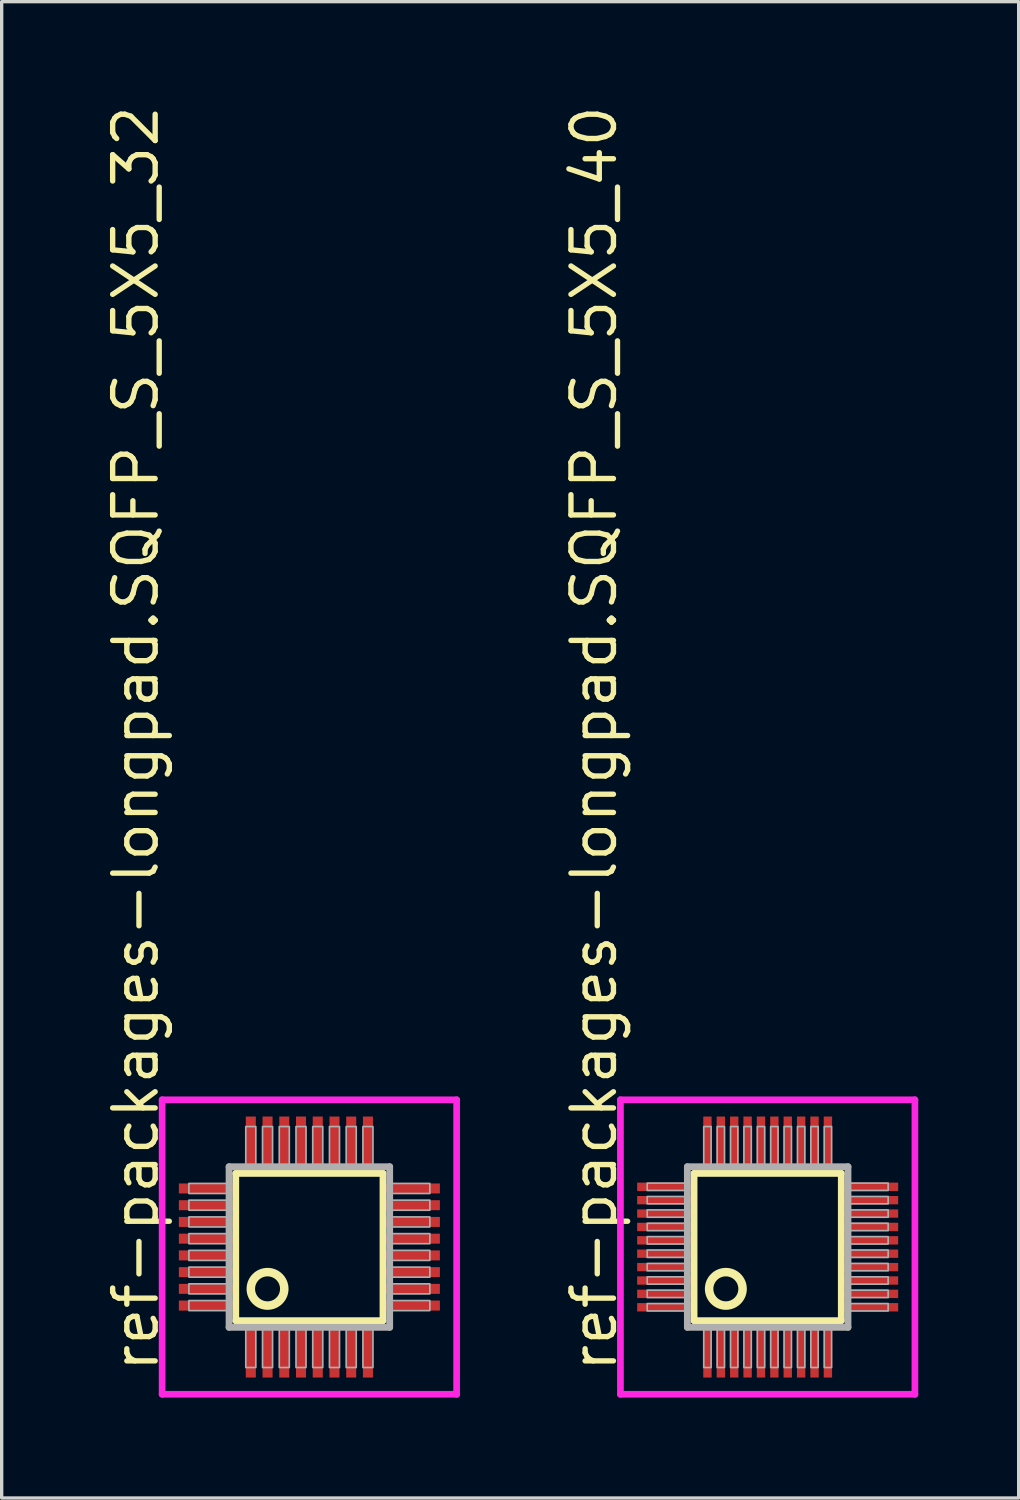
<source format=kicad_pcb>
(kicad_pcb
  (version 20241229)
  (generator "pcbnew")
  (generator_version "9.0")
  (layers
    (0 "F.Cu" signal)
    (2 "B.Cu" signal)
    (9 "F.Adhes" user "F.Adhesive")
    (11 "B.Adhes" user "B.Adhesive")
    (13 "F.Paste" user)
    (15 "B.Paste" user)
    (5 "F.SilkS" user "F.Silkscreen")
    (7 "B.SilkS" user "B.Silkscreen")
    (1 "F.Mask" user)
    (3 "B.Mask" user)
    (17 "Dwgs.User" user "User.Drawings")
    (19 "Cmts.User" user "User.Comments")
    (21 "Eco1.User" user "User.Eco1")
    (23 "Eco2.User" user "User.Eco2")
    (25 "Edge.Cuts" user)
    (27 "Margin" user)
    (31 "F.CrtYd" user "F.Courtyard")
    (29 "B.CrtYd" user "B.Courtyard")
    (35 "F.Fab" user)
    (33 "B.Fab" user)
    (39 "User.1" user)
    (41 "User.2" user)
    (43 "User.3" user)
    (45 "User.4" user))
  (footprint "ref-packages-longpad.SQFP_S_5X5_32"
    (layer "F.Cu")
    (at 6.195 34.214)
    (property "Reference" "ref-packages-longpad.SQFP_S_5X5_32" (at -4.445 3.81 90) (layer "F.SilkS") (effects (font (size 1.27 1.27) (thickness 0.16)) (justify left bottom)))
    (attr smd)
    (fp_line (start -2.2 -2.2) (end 2.2 -2.2) (stroke (width 0.203) (type default)) (layer "F.SilkS"))
    (fp_line (start -2.2 2.2) (end -2.2 -2.2) (stroke (width 0.203) (type default)) (layer "F.SilkS"))
    (fp_line (start 2.2 -2.2) (end 2.2 2.2) (stroke (width 0.203) (type default)) (layer "F.SilkS"))
    (fp_line (start 2.2 2.2) (end -2.2 2.2) (stroke (width 0.203) (type default)) (layer "F.SilkS"))
    (fp_circle (center -1.25 1.25) (end -0.75 1.25) (stroke (width 0.254) (type default)) (fill no) (layer "F.SilkS"))
    (fp_line (start -4.4 -4.4) (end 4.4 -4.4) (stroke (width 0.2) (type default)) (layer "F.CrtYd"))
    (fp_line (start -4.4 4.4) (end -4.4 -4.4) (stroke (width 0.2) (type default)) (layer "F.CrtYd"))
    (fp_line (start 4.4 -4.4) (end 4.4 4.4) (stroke (width 0.2) (type default)) (layer "F.CrtYd"))
    (fp_line (start 4.4 4.4) (end -4.4 4.4) (stroke (width 0.2) (type default)) (layer "F.CrtYd"))
    (fp_line (start -2.4 -2.4) (end -2.4 2.4) (stroke (width 0.203) (type default)) (layer "F.Fab"))
    (fp_line (start -2.4 2.4) (end 2.4 2.4) (stroke (width 0.203) (type default)) (layer "F.Fab"))
    (fp_line (start 2.4 -2.4) (end -2.4 -2.4) (stroke (width 0.203) (type default)) (layer "F.Fab"))
    (fp_line (start 2.4 2.4) (end 2.4 -2.4) (stroke (width 0.203) (type default)) (layer "F.Fab"))
    (fp_rect (start -3.6 -1.6) (end -2.45 -1.9) (stroke (width 0.05) (type default)) (fill no) (layer "F.Fab"))
    (fp_rect (start -3.6 -1.1) (end -2.45 -1.4) (stroke (width 0.05) (type default)) (fill no) (layer "F.Fab"))
    (fp_rect (start -3.6 -0.6) (end -2.45 -0.9) (stroke (width 0.05) (type default)) (fill no) (layer "F.Fab"))
    (fp_rect (start -3.6 -0.1) (end -2.45 -0.4) (stroke (width 0.05) (type default)) (fill no) (layer "F.Fab"))
    (fp_rect (start -3.6 0.4) (end -2.45 0.1) (stroke (width 0.05) (type default)) (fill no) (layer "F.Fab"))
    (fp_rect (start -3.6 0.9) (end -2.45 0.6) (stroke (width 0.05) (type default)) (fill no) (layer "F.Fab"))
    (fp_rect (start -3.6 1.4) (end -2.45 1.1) (stroke (width 0.05) (type default)) (fill no) (layer "F.Fab"))
    (fp_rect (start -3.6 1.9) (end -2.45 1.6) (stroke (width 0.05) (type default)) (fill no) (layer "F.Fab"))
    (fp_rect (start -1.9 -2.45) (end -1.6 -3.6) (stroke (width 0.05) (type default)) (fill no) (layer "F.Fab"))
    (fp_rect (start -1.9 3.6) (end -1.6 2.45) (stroke (width 0.05) (type default)) (fill no) (layer "F.Fab"))
    (fp_rect (start -1.4 -2.45) (end -1.1 -3.6) (stroke (width 0.05) (type default)) (fill no) (layer "F.Fab"))
    (fp_rect (start -1.4 3.6) (end -1.1 2.45) (stroke (width 0.05) (type default)) (fill no) (layer "F.Fab"))
    (fp_rect (start -0.9 -2.45) (end -0.6 -3.6) (stroke (width 0.05) (type default)) (fill no) (layer "F.Fab"))
    (fp_rect (start -0.9 3.6) (end -0.6 2.45) (stroke (width 0.05) (type default)) (fill no) (layer "F.Fab"))
    (fp_rect (start -0.4 -2.45) (end -0.1 -3.6) (stroke (width 0.05) (type default)) (fill no) (layer "F.Fab"))
    (fp_rect (start -0.4 3.6) (end -0.1 2.45) (stroke (width 0.05) (type default)) (fill no) (layer "F.Fab"))
    (fp_rect (start 0.1 -2.45) (end 0.4 -3.6) (stroke (width 0.05) (type default)) (fill no) (layer "F.Fab"))
    (fp_rect (start 0.1 3.6) (end 0.4 2.45) (stroke (width 0.05) (type default)) (fill no) (layer "F.Fab"))
    (fp_rect (start 0.6 -2.45) (end 0.9 -3.6) (stroke (width 0.05) (type default)) (fill no) (layer "F.Fab"))
    (fp_rect (start 0.6 3.6) (end 0.9 2.45) (stroke (width 0.05) (type default)) (fill no) (layer "F.Fab"))
    (fp_rect (start 1.1 -2.45) (end 1.4 -3.6) (stroke (width 0.05) (type default)) (fill no) (layer "F.Fab"))
    (fp_rect (start 1.1 3.6) (end 1.4 2.45) (stroke (width 0.05) (type default)) (fill no) (layer "F.Fab"))
    (fp_rect (start 1.6 -2.45) (end 1.9 -3.6) (stroke (width 0.05) (type default)) (fill no) (layer "F.Fab"))
    (fp_rect (start 1.6 3.6) (end 1.9 2.45) (stroke (width 0.05) (type default)) (fill no) (layer "F.Fab"))
    (fp_rect (start 2.45 -1.6) (end 3.6 -1.9) (stroke (width 0.05) (type default)) (fill no) (layer "F.Fab"))
    (fp_rect (start 2.45 -1.1) (end 3.6 -1.4) (stroke (width 0.05) (type default)) (fill no) (layer "F.Fab"))
    (fp_rect (start 2.45 -0.6) (end 3.6 -0.9) (stroke (width 0.05) (type default)) (fill no) (layer "F.Fab"))
    (fp_rect (start 2.45 -0.1) (end 3.6 -0.4) (stroke (width 0.05) (type default)) (fill no) (layer "F.Fab"))
    (fp_rect (start 2.45 0.4) (end 3.6 0.1) (stroke (width 0.05) (type default)) (fill no) (layer "F.Fab"))
    (fp_rect (start 2.45 0.9) (end 3.6 0.6) (stroke (width 0.05) (type default)) (fill no) (layer "F.Fab"))
    (fp_rect (start 2.45 1.4) (end 3.6 1.1) (stroke (width 0.05) (type default)) (fill no) (layer "F.Fab"))
    (fp_rect (start 2.45 1.9) (end 3.6 1.6) (stroke (width 0.05) (type default)) (fill no) (layer "F.Fab"))
    (pad "1" smd roundrect (at -1.75 3.1) (size 0.3 1.6) (layers "F.Cu" "F.Mask" "F.Paste") (roundrect_rratio 0.01))
    (pad "2" smd roundrect (at -1.25 3.1) (size 0.3 1.6) (layers "F.Cu" "F.Mask" "F.Paste") (roundrect_rratio 0.01))
    (pad "3" smd roundrect (at -0.75 3.1) (size 0.3 1.6) (layers "F.Cu" "F.Mask" "F.Paste") (roundrect_rratio 0.01))
    (pad "4" smd roundrect (at -0.25 3.1) (size 0.3 1.6) (layers "F.Cu" "F.Mask" "F.Paste") (roundrect_rratio 0.01))
    (pad "5" smd roundrect (at 0.25 3.1) (size 0.3 1.6) (layers "F.Cu" "F.Mask" "F.Paste") (roundrect_rratio 0.01))
    (pad "6" smd roundrect (at 0.75 3.1) (size 0.3 1.6) (layers "F.Cu" "F.Mask" "F.Paste") (roundrect_rratio 0.01))
    (pad "7" smd roundrect (at 1.25 3.1) (size 0.3 1.6) (layers "F.Cu" "F.Mask" "F.Paste") (roundrect_rratio 0.01))
    (pad "8" smd roundrect (at 1.75 3.1) (size 0.3 1.6) (layers "F.Cu" "F.Mask" "F.Paste") (roundrect_rratio 0.01))
    (pad "9" smd roundrect (at 3.1 1.75) (size 1.6 0.3) (layers "F.Cu" "F.Mask" "F.Paste") (roundrect_rratio 0.01))
    (pad "10" smd roundrect (at 3.1 1.25) (size 1.6 0.3) (layers "F.Cu" "F.Mask" "F.Paste") (roundrect_rratio 0.01))
    (pad "11" smd roundrect (at 3.1 0.75) (size 1.6 0.3) (layers "F.Cu" "F.Mask" "F.Paste") (roundrect_rratio 0.01))
    (pad "12" smd roundrect (at 3.1 0.25) (size 1.6 0.3) (layers "F.Cu" "F.Mask" "F.Paste") (roundrect_rratio 0.01))
    (pad "13" smd roundrect (at 3.1 -0.25) (size 1.6 0.3) (layers "F.Cu" "F.Mask" "F.Paste") (roundrect_rratio 0.01))
    (pad "14" smd roundrect (at 3.1 -0.75) (size 1.6 0.3) (layers "F.Cu" "F.Mask" "F.Paste") (roundrect_rratio 0.01))
    (pad "15" smd roundrect (at 3.1 -1.25) (size 1.6 0.3) (layers "F.Cu" "F.Mask" "F.Paste") (roundrect_rratio 0.01))
    (pad "16" smd roundrect (at 3.1 -1.75) (size 1.6 0.3) (layers "F.Cu" "F.Mask" "F.Paste") (roundrect_rratio 0.01))
    (pad "17" smd roundrect (at 1.75 -3.1) (size 0.3 1.6) (layers "F.Cu" "F.Mask" "F.Paste") (roundrect_rratio 0.01))
    (pad "18" smd roundrect (at 1.25 -3.1) (size 0.3 1.6) (layers "F.Cu" "F.Mask" "F.Paste") (roundrect_rratio 0.01))
    (pad "19" smd roundrect (at 0.75 -3.1) (size 0.3 1.6) (layers "F.Cu" "F.Mask" "F.Paste") (roundrect_rratio 0.01))
    (pad "20" smd roundrect (at 0.25 -3.1) (size 0.3 1.6) (layers "F.Cu" "F.Mask" "F.Paste") (roundrect_rratio 0.01))
    (pad "21" smd roundrect (at -0.25 -3.1) (size 0.3 1.6) (layers "F.Cu" "F.Mask" "F.Paste") (roundrect_rratio 0.01))
    (pad "22" smd roundrect (at -0.75 -3.1) (size 0.3 1.6) (layers "F.Cu" "F.Mask" "F.Paste") (roundrect_rratio 0.01))
    (pad "23" smd roundrect (at -1.25 -3.1) (size 0.3 1.6) (layers "F.Cu" "F.Mask" "F.Paste") (roundrect_rratio 0.01))
    (pad "24" smd roundrect (at -1.75 -3.1) (size 0.3 1.6) (layers "F.Cu" "F.Mask" "F.Paste") (roundrect_rratio 0.01))
    (pad "25" smd roundrect (at -3.1 -1.75) (size 1.6 0.3) (layers "F.Cu" "F.Mask" "F.Paste") (roundrect_rratio 0.01))
    (pad "26" smd roundrect (at -3.1 -1.25) (size 1.6 0.3) (layers "F.Cu" "F.Mask" "F.Paste") (roundrect_rratio 0.01))
    (pad "27" smd roundrect (at -3.1 -0.75) (size 1.6 0.3) (layers "F.Cu" "F.Mask" "F.Paste") (roundrect_rratio 0.01))
    (pad "28" smd roundrect (at -3.1 -0.25) (size 1.6 0.3) (layers "F.Cu" "F.Mask" "F.Paste") (roundrect_rratio 0.01))
    (pad "29" smd roundrect (at -3.1 0.25) (size 1.6 0.3) (layers "F.Cu" "F.Mask" "F.Paste") (roundrect_rratio 0.01))
    (pad "30" smd roundrect (at -3.1 0.75) (size 1.6 0.3) (layers "F.Cu" "F.Mask" "F.Paste") (roundrect_rratio 0.01))
    (pad "31" smd roundrect (at -3.1 1.25) (size 1.6 0.3) (layers "F.Cu" "F.Mask" "F.Paste") (roundrect_rratio 0.01))
    (pad "32" smd roundrect (at -3.1 1.75) (size 1.6 0.3) (layers "F.Cu" "F.Mask" "F.Paste") (roundrect_rratio 0.01)))
  (footprint "ref-packages-longpad.SQFP_S_5X5_40"
    (layer "F.Cu")
    (at 19.89 34.214)
    (property "Reference" "ref-packages-longpad.SQFP_S_5X5_40" (at -4.445 3.81 90) (layer "F.SilkS") (effects (font (size 1.27 1.27) (thickness 0.16)) (justify left bottom)))
    (attr smd)
    (fp_line (start -2.2 -2.2) (end 2.2 -2.2) (stroke (width 0.203) (type default)) (layer "F.SilkS"))
    (fp_line (start -2.2 2.2) (end -2.2 -2.2) (stroke (width 0.203) (type default)) (layer "F.SilkS"))
    (fp_line (start 2.2 -2.2) (end 2.2 2.2) (stroke (width 0.203) (type default)) (layer "F.SilkS"))
    (fp_line (start 2.2 2.2) (end -2.2 2.2) (stroke (width 0.203) (type default)) (layer "F.SilkS"))
    (fp_circle (center -1.25 1.25) (end -0.75 1.25) (stroke (width 0.254) (type default)) (fill no) (layer "F.SilkS"))
    (fp_line (start -4.4 -4.4) (end 4.4 -4.4) (stroke (width 0.2) (type default)) (layer "F.CrtYd"))
    (fp_line (start -4.4 4.4) (end -4.4 -4.4) (stroke (width 0.2) (type default)) (layer "F.CrtYd"))
    (fp_line (start 4.4 -4.4) (end 4.4 4.4) (stroke (width 0.2) (type default)) (layer "F.CrtYd"))
    (fp_line (start 4.4 4.4) (end -4.4 4.4) (stroke (width 0.2) (type default)) (layer "F.CrtYd"))
    (fp_line (start -2.4 -2.4) (end -2.4 2.4) (stroke (width 0.203) (type default)) (layer "F.Fab"))
    (fp_line (start -2.4 2.4) (end 2.4 2.4) (stroke (width 0.203) (type default)) (layer "F.Fab"))
    (fp_line (start 2.4 -2.4) (end -2.4 -2.4) (stroke (width 0.203) (type default)) (layer "F.Fab"))
    (fp_line (start 2.4 2.4) (end 2.4 -2.4) (stroke (width 0.203) (type default)) (layer "F.Fab"))
    (fp_rect (start -3.6 -1.69) (end -2.45 -1.91) (stroke (width 0.05) (type default)) (fill no) (layer "F.Fab"))
    (fp_rect (start -3.6 -1.29) (end -2.45 -1.51) (stroke (width 0.05) (type default)) (fill no) (layer "F.Fab"))
    (fp_rect (start -3.6 -0.89) (end -2.45 -1.11) (stroke (width 0.05) (type default)) (fill no) (layer "F.Fab"))
    (fp_rect (start -3.6 -0.49) (end -2.45 -0.71) (stroke (width 0.05) (type default)) (fill no) (layer "F.Fab"))
    (fp_rect (start -3.6 -0.09) (end -2.45 -0.31) (stroke (width 0.05) (type default)) (fill no) (layer "F.Fab"))
    (fp_rect (start -3.6 0.31) (end -2.45 0.09) (stroke (width 0.05) (type default)) (fill no) (layer "F.Fab"))
    (fp_rect (start -3.6 0.71) (end -2.45 0.49) (stroke (width 0.05) (type default)) (fill no) (layer "F.Fab"))
    (fp_rect (start -3.6 1.11) (end -2.45 0.89) (stroke (width 0.05) (type default)) (fill no) (layer "F.Fab"))
    (fp_rect (start -3.6 1.51) (end -2.45 1.29) (stroke (width 0.05) (type default)) (fill no) (layer "F.Fab"))
    (fp_rect (start -3.6 1.91) (end -2.45 1.69) (stroke (width 0.05) (type default)) (fill no) (layer "F.Fab"))
    (fp_rect (start -1.91 -2.45) (end -1.69 -3.6) (stroke (width 0.05) (type default)) (fill no) (layer "F.Fab"))
    (fp_rect (start -1.91 3.6) (end -1.69 2.45) (stroke (width 0.05) (type default)) (fill no) (layer "F.Fab"))
    (fp_rect (start -1.51 -2.45) (end -1.29 -3.6) (stroke (width 0.05) (type default)) (fill no) (layer "F.Fab"))
    (fp_rect (start -1.51 3.6) (end -1.29 2.45) (stroke (width 0.05) (type default)) (fill no) (layer "F.Fab"))
    (fp_rect (start -1.11 -2.45) (end -0.89 -3.6) (stroke (width 0.05) (type default)) (fill no) (layer "F.Fab"))
    (fp_rect (start -1.11 3.6) (end -0.89 2.45) (stroke (width 0.05) (type default)) (fill no) (layer "F.Fab"))
    (fp_rect (start -0.71 -2.45) (end -0.49 -3.6) (stroke (width 0.05) (type default)) (fill no) (layer "F.Fab"))
    (fp_rect (start -0.71 3.6) (end -0.49 2.45) (stroke (width 0.05) (type default)) (fill no) (layer "F.Fab"))
    (fp_rect (start -0.31 -2.45) (end -0.09 -3.6) (stroke (width 0.05) (type default)) (fill no) (layer "F.Fab"))
    (fp_rect (start -0.31 3.6) (end -0.09 2.45) (stroke (width 0.05) (type default)) (fill no) (layer "F.Fab"))
    (fp_rect (start 0.09 -2.45) (end 0.31 -3.6) (stroke (width 0.05) (type default)) (fill no) (layer "F.Fab"))
    (fp_rect (start 0.09 3.6) (end 0.31 2.45) (stroke (width 0.05) (type default)) (fill no) (layer "F.Fab"))
    (fp_rect (start 0.49 -2.45) (end 0.71 -3.6) (stroke (width 0.05) (type default)) (fill no) (layer "F.Fab"))
    (fp_rect (start 0.49 3.6) (end 0.71 2.45) (stroke (width 0.05) (type default)) (fill no) (layer "F.Fab"))
    (fp_rect (start 0.89 -2.45) (end 1.11 -3.6) (stroke (width 0.05) (type default)) (fill no) (layer "F.Fab"))
    (fp_rect (start 0.89 3.6) (end 1.11 2.45) (stroke (width 0.05) (type default)) (fill no) (layer "F.Fab"))
    (fp_rect (start 1.29 -2.45) (end 1.51 -3.6) (stroke (width 0.05) (type default)) (fill no) (layer "F.Fab"))
    (fp_rect (start 1.29 3.6) (end 1.51 2.45) (stroke (width 0.05) (type default)) (fill no) (layer "F.Fab"))
    (fp_rect (start 1.69 -2.45) (end 1.91 -3.6) (stroke (width 0.05) (type default)) (fill no) (layer "F.Fab"))
    (fp_rect (start 1.69 3.6) (end 1.91 2.45) (stroke (width 0.05) (type default)) (fill no) (layer "F.Fab"))
    (fp_rect (start 2.45 -1.69) (end 3.6 -1.91) (stroke (width 0.05) (type default)) (fill no) (layer "F.Fab"))
    (fp_rect (start 2.45 -1.29) (end 3.6 -1.51) (stroke (width 0.05) (type default)) (fill no) (layer "F.Fab"))
    (fp_rect (start 2.45 -0.89) (end 3.6 -1.11) (stroke (width 0.05) (type default)) (fill no) (layer "F.Fab"))
    (fp_rect (start 2.45 -0.49) (end 3.6 -0.71) (stroke (width 0.05) (type default)) (fill no) (layer "F.Fab"))
    (fp_rect (start 2.45 -0.09) (end 3.6 -0.31) (stroke (width 0.05) (type default)) (fill no) (layer "F.Fab"))
    (fp_rect (start 2.45 0.31) (end 3.6 0.09) (stroke (width 0.05) (type default)) (fill no) (layer "F.Fab"))
    (fp_rect (start 2.45 0.71) (end 3.6 0.49) (stroke (width 0.05) (type default)) (fill no) (layer "F.Fab"))
    (fp_rect (start 2.45 1.11) (end 3.6 0.89) (stroke (width 0.05) (type default)) (fill no) (layer "F.Fab"))
    (fp_rect (start 2.45 1.51) (end 3.6 1.29) (stroke (width 0.05) (type default)) (fill no) (layer "F.Fab"))
    (fp_rect (start 2.45 1.91) (end 3.6 1.69) (stroke (width 0.05) (type default)) (fill no) (layer "F.Fab"))
    (pad "1" smd roundrect (at -1.8 3.1) (size 0.25 1.6) (layers "F.Cu" "F.Mask" "F.Paste") (roundrect_rratio 0.01))
    (pad "2" smd roundrect (at -1.4 3.1) (size 0.25 1.6) (layers "F.Cu" "F.Mask" "F.Paste") (roundrect_rratio 0.01))
    (pad "3" smd roundrect (at -1 3.1) (size 0.25 1.6) (layers "F.Cu" "F.Mask" "F.Paste") (roundrect_rratio 0.01))
    (pad "4" smd roundrect (at -0.6 3.1) (size 0.25 1.6) (layers "F.Cu" "F.Mask" "F.Paste") (roundrect_rratio 0.01))
    (pad "5" smd roundrect (at -0.2 3.1) (size 0.25 1.6) (layers "F.Cu" "F.Mask" "F.Paste") (roundrect_rratio 0.01))
    (pad "6" smd roundrect (at 0.2 3.1) (size 0.25 1.6) (layers "F.Cu" "F.Mask" "F.Paste") (roundrect_rratio 0.01))
    (pad "7" smd roundrect (at 0.6 3.1) (size 0.25 1.6) (layers "F.Cu" "F.Mask" "F.Paste") (roundrect_rratio 0.01))
    (pad "8" smd roundrect (at 1 3.1) (size 0.25 1.6) (layers "F.Cu" "F.Mask" "F.Paste") (roundrect_rratio 0.01))
    (pad "9" smd roundrect (at 1.4 3.1) (size 0.25 1.6) (layers "F.Cu" "F.Mask" "F.Paste") (roundrect_rratio 0.01))
    (pad "10" smd roundrect (at 1.8 3.1) (size 0.25 1.6) (layers "F.Cu" "F.Mask" "F.Paste") (roundrect_rratio 0.01))
    (pad "11" smd roundrect (at 3.1 1.8) (size 1.6 0.25) (layers "F.Cu" "F.Mask" "F.Paste") (roundrect_rratio 0.01))
    (pad "12" smd roundrect (at 3.1 1.4) (size 1.6 0.25) (layers "F.Cu" "F.Mask" "F.Paste") (roundrect_rratio 0.01))
    (pad "13" smd roundrect (at 3.1 1) (size 1.6 0.25) (layers "F.Cu" "F.Mask" "F.Paste") (roundrect_rratio 0.01))
    (pad "14" smd roundrect (at 3.1 0.6) (size 1.6 0.25) (layers "F.Cu" "F.Mask" "F.Paste") (roundrect_rratio 0.01))
    (pad "15" smd roundrect (at 3.1 0.2) (size 1.6 0.25) (layers "F.Cu" "F.Mask" "F.Paste") (roundrect_rratio 0.01))
    (pad "16" smd roundrect (at 3.1 -0.2) (size 1.6 0.25) (layers "F.Cu" "F.Mask" "F.Paste") (roundrect_rratio 0.01))
    (pad "17" smd roundrect (at 3.1 -0.6) (size 1.6 0.25) (layers "F.Cu" "F.Mask" "F.Paste") (roundrect_rratio 0.01))
    (pad "18" smd roundrect (at 3.1 -1) (size 1.6 0.25) (layers "F.Cu" "F.Mask" "F.Paste") (roundrect_rratio 0.01))
    (pad "19" smd roundrect (at 3.1 -1.4) (size 1.6 0.25) (layers "F.Cu" "F.Mask" "F.Paste") (roundrect_rratio 0.01))
    (pad "20" smd roundrect (at 3.1 -1.8) (size 1.6 0.25) (layers "F.Cu" "F.Mask" "F.Paste") (roundrect_rratio 0.01))
    (pad "21" smd roundrect (at 1.8 -3.1) (size 0.25 1.6) (layers "F.Cu" "F.Mask" "F.Paste") (roundrect_rratio 0.01))
    (pad "22" smd roundrect (at 1.4 -3.1) (size 0.25 1.6) (layers "F.Cu" "F.Mask" "F.Paste") (roundrect_rratio 0.01))
    (pad "23" smd roundrect (at 1 -3.1) (size 0.25 1.6) (layers "F.Cu" "F.Mask" "F.Paste") (roundrect_rratio 0.01))
    (pad "24" smd roundrect (at 0.6 -3.1) (size 0.25 1.6) (layers "F.Cu" "F.Mask" "F.Paste") (roundrect_rratio 0.01))
    (pad "25" smd roundrect (at 0.2 -3.1) (size 0.25 1.6) (layers "F.Cu" "F.Mask" "F.Paste") (roundrect_rratio 0.01))
    (pad "26" smd roundrect (at -0.2 -3.1) (size 0.25 1.6) (layers "F.Cu" "F.Mask" "F.Paste") (roundrect_rratio 0.01))
    (pad "27" smd roundrect (at -0.6 -3.1) (size 0.25 1.6) (layers "F.Cu" "F.Mask" "F.Paste") (roundrect_rratio 0.01))
    (pad "28" smd roundrect (at -1 -3.1) (size 0.25 1.6) (layers "F.Cu" "F.Mask" "F.Paste") (roundrect_rratio 0.01))
    (pad "29" smd roundrect (at -1.4 -3.1) (size 0.25 1.6) (layers "F.Cu" "F.Mask" "F.Paste") (roundrect_rratio 0.01))
    (pad "30" smd roundrect (at -1.8 -3.1) (size 0.25 1.6) (layers "F.Cu" "F.Mask" "F.Paste") (roundrect_rratio 0.01))
    (pad "31" smd roundrect (at -3.1 -1.8) (size 1.6 0.25) (layers "F.Cu" "F.Mask" "F.Paste") (roundrect_rratio 0.01))
    (pad "32" smd roundrect (at -3.1 -1.4) (size 1.6 0.25) (layers "F.Cu" "F.Mask" "F.Paste") (roundrect_rratio 0.01))
    (pad "33" smd roundrect (at -3.1 -1) (size 1.6 0.25) (layers "F.Cu" "F.Mask" "F.Paste") (roundrect_rratio 0.01))
    (pad "34" smd roundrect (at -3.1 -0.6) (size 1.6 0.25) (layers "F.Cu" "F.Mask" "F.Paste") (roundrect_rratio 0.01))
    (pad "35" smd roundrect (at -3.1 -0.2) (size 1.6 0.25) (layers "F.Cu" "F.Mask" "F.Paste") (roundrect_rratio 0.01))
    (pad "36" smd roundrect (at -3.1 0.2) (size 1.6 0.25) (layers "F.Cu" "F.Mask" "F.Paste") (roundrect_rratio 0.01))
    (pad "37" smd roundrect (at -3.1 0.6) (size 1.6 0.25) (layers "F.Cu" "F.Mask" "F.Paste") (roundrect_rratio 0.01))
    (pad "38" smd roundrect (at -3.1 1) (size 1.6 0.25) (layers "F.Cu" "F.Mask" "F.Paste") (roundrect_rratio 0.01))
    (pad "39" smd roundrect (at -3.1 1.4) (size 1.6 0.25) (layers "F.Cu" "F.Mask" "F.Paste") (roundrect_rratio 0.01))
    (pad "40" smd roundrect (at -3.1 1.8) (size 1.6 0.25) (layers "F.Cu" "F.Mask" "F.Paste") (roundrect_rratio 0.01)))
  (gr_rect
    (start -3 -3)
    (end 27.39 41.714)
    (stroke (width 0.1) (type default))
    (fill no)
    (layer "Edge.Cuts")))
</source>
